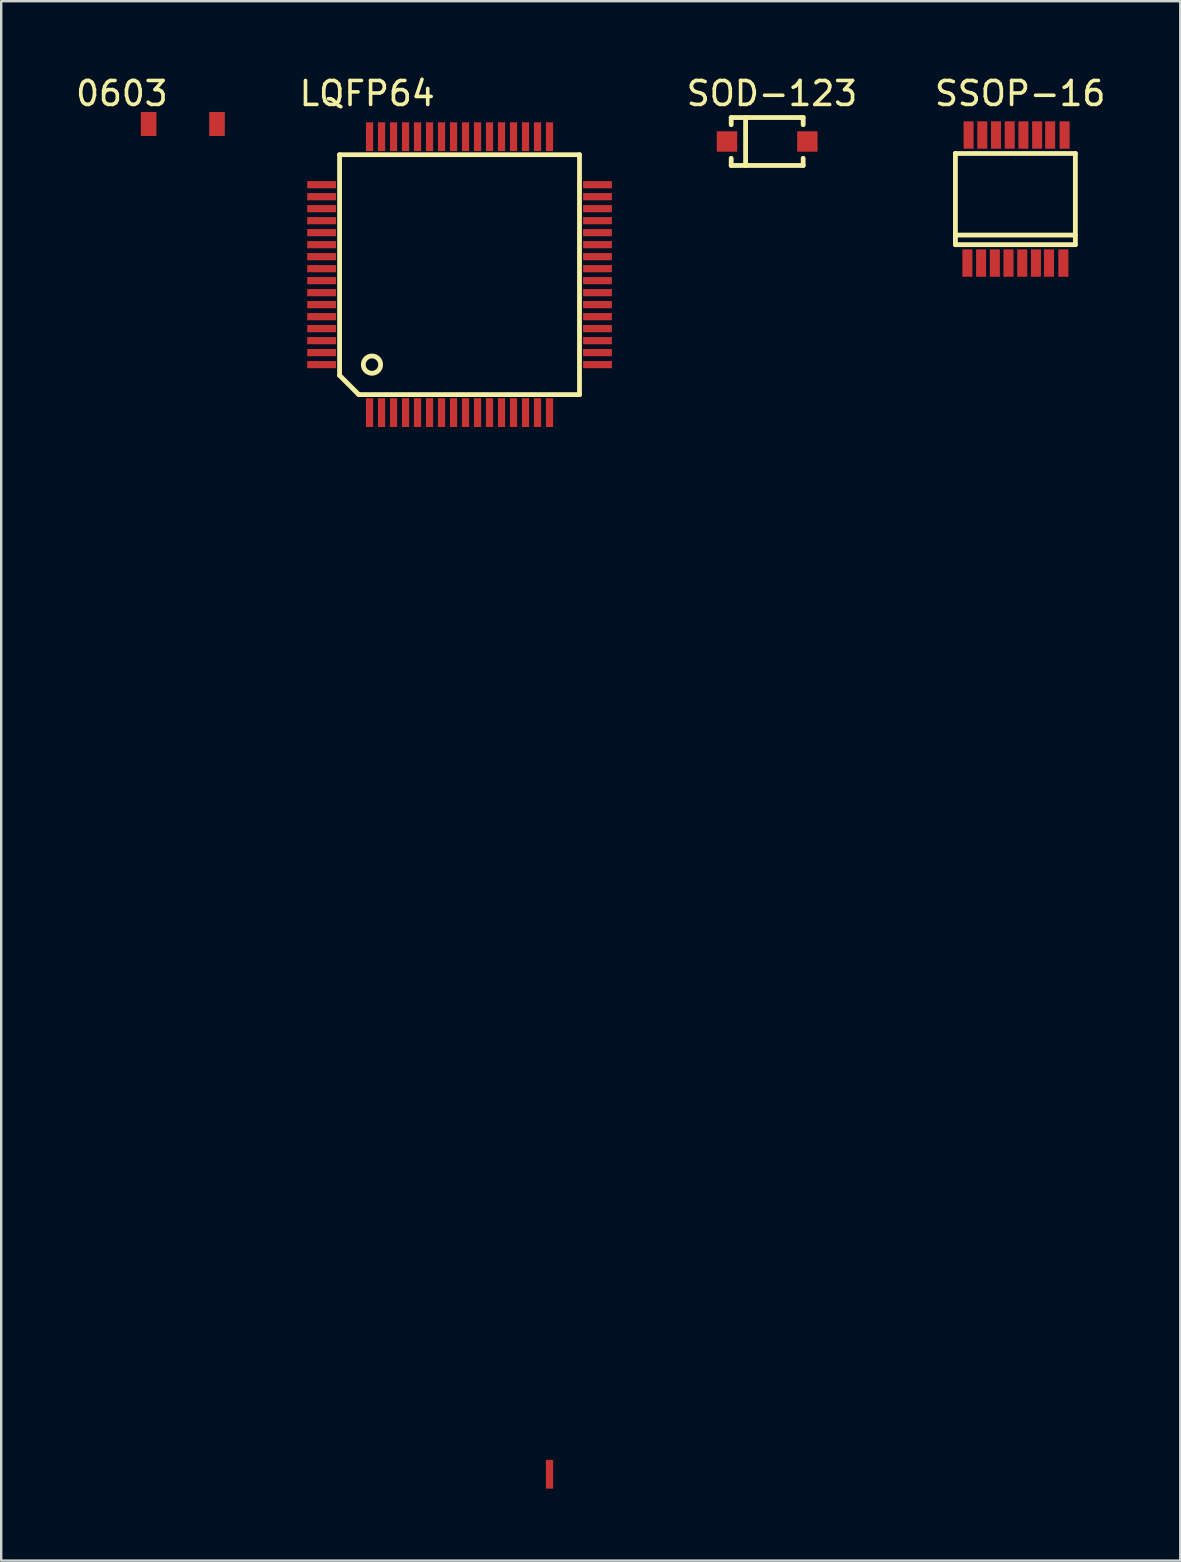
<source format=kicad_pcb>
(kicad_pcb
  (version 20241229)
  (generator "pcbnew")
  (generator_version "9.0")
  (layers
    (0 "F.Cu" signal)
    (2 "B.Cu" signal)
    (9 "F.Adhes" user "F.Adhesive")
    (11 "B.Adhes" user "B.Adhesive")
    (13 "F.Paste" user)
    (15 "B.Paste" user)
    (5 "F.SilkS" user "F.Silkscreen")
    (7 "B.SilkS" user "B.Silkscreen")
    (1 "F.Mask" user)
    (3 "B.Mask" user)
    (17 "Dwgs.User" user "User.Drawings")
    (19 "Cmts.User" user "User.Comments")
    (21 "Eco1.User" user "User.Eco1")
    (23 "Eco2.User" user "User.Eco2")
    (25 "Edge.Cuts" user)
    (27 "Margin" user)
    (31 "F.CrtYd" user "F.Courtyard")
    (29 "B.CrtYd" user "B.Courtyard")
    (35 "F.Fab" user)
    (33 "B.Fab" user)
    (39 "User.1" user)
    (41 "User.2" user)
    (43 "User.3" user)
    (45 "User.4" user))
  (footprint "SOD-123"
    (layer "F.Cu")
    (at 28.927 2.848)
    (property "Reference" "SOD-123" (at 0.2 -2 0) (layer "F.SilkS") (effects (font (size 1 1) (thickness 0.15))))
    (attr through_hole)
    (fp_line (start -1.5 -1) (end 1.4 -1) (stroke (width 0.2) (type solid)) (layer "F.SilkS"))
    (fp_line (start -1.5 -0.7) (end -1.5 -1) (stroke (width 0.2) (type solid)) (layer "F.SilkS"))
    (fp_line (start -1.5 1) (end -1.5 0.7) (stroke (width 0.2) (type solid)) (layer "F.SilkS"))
    (fp_line (start -0.9 -1) (end -0.9 1) (stroke (width 0.2) (type solid)) (layer "F.SilkS"))
    (fp_line (start 1.4 -1) (end 1.5 -1) (stroke (width 0.2) (type solid)) (layer "F.SilkS"))
    (fp_line (start 1.5 -1) (end 1.5 -0.7) (stroke (width 0.2) (type solid)) (layer "F.SilkS"))
    (fp_line (start 1.5 0.7) (end 1.5 1) (stroke (width 0.2) (type solid)) (layer "F.SilkS"))
    (fp_line (start 1.5 1) (end -1.5 1) (stroke (width 0.2) (type solid)) (layer "F.SilkS"))
    (pad "1" smd rect (at 1.675 0) (size 0.85 0.85) (layers "F.Cu" "F.Mask" "F.Paste"))
    (pad "2" smd rect (at -1.675 0) (size 0.85 0.85) (layers "F.Cu" "F.Mask" "F.Paste")))
  (footprint "SSOP-16"
    (layer "F.Cu")
    (at 39.272 5.248)
    (property "Reference" "SSOP-16" (at 0.2 -4.4 0) (layer "F.SilkS") (effects (font (size 1 1) (thickness 0.15))))
    (attr through_hole)
    (fp_line (start -2.5 -1.9) (end -2.5 -1.85) (stroke (width 0.2) (type solid)) (layer "F.SilkS"))
    (fp_line (start -2.5 -1.9) (end -2.5 1.9) (stroke (width 0.2) (type solid)) (layer "F.SilkS"))
    (fp_line (start -2.5 1.5) (end 2.5 1.5) (stroke (width 0.2) (type solid)) (layer "F.SilkS"))
    (fp_line (start -2.5 1.9) (end 2.5 1.9) (stroke (width 0.2) (type solid)) (layer "F.SilkS"))
    (fp_line (start 2.5 -1.9) (end -2.5 -1.9) (stroke (width 0.2) (type solid)) (layer "F.SilkS"))
    (fp_line (start 2.5 1.9) (end 2.5 -1.9) (stroke (width 0.2) (type solid)) (layer "F.SilkS"))
    (pad "1" smd rect (at -2 2.667 90) (size 1.143 0.419) (layers "F.Cu" "F.Mask" "F.Paste"))
    (pad "2" smd rect (at -1.429 2.667 90) (size 1.143 0.419) (layers "F.Cu" "F.Mask" "F.Paste"))
    (pad "3" smd rect (at -0.857 2.667 90) (size 1.143 0.419) (layers "F.Cu" "F.Mask" "F.Paste"))
    (pad "4" smd rect (at -0.286 2.667 90) (size 1.143 0.419) (layers "F.Cu" "F.Mask" "F.Paste"))
    (pad "5" smd rect (at 0.286 2.667 90) (size 1.143 0.419) (layers "F.Cu" "F.Mask" "F.Paste"))
    (pad "6" smd rect (at 0.857 2.667 90) (size 1.143 0.419) (layers "F.Cu" "F.Mask" "F.Paste"))
    (pad "7" smd rect (at 1.4 2.667 90) (size 1.143 0.419) (layers "F.Cu" "F.Mask" "F.Paste"))
    (pad "8" smd rect (at 2 2.667 90) (size 1.143 0.419) (layers "F.Cu" "F.Mask" "F.Paste"))
    (pad "9" smd rect (at 2.05 -2.67 90) (size 1.143 0.419) (layers "F.Cu" "F.Mask" "F.Paste"))
    (pad "10" smd rect (at 1.45 -2.67 90) (size 1.143 0.419) (layers "F.Cu" "F.Mask" "F.Paste"))
    (pad "11" smd rect (at 0.907 -2.67 90) (size 1.143 0.419) (layers "F.Cu" "F.Mask" "F.Paste"))
    (pad "12" smd rect (at 0.336 -2.67 90) (size 1.143 0.419) (layers "F.Cu" "F.Mask" "F.Paste"))
    (pad "13" smd rect (at -0.236 -2.67 90) (size 1.143 0.419) (layers "F.Cu" "F.Mask" "F.Paste"))
    (pad "14" smd rect (at -0.807 -2.67 90) (size 1.143 0.419) (layers "F.Cu" "F.Mask" "F.Paste"))
    (pad "15" smd rect (at -1.379 -2.67 90) (size 1.143 0.419) (layers "F.Cu" "F.Mask" "F.Paste"))
    (pad "16" smd rect (at -1.95 -2.67 90) (size 1.143 0.419) (layers "F.Cu" "F.Mask" "F.Paste")))
  (footprint "0603"
    (layer "F.Cu")
    (at 4.57 2.118)
    (property "Reference" "0603" (at -2.54 -1.27 0) (layer "F.SilkS") (effects (font (size 1 1) (thickness 0.15))))
    (attr through_hole)
    (pad "1" smd rect (at -1.425 0) (size 0.65 1) (layers "F.Cu" "F.Mask" "F.Paste"))
    (pad "2" smd rect (at 1.425 0) (size 0.65 1) (layers "F.Cu" "F.Mask" "F.Paste")))
  (footprint "LQFP64"
    (layer "F.Cu")
    (at 16.104 8.398)
    (property "Reference" "LQFP64" (at -3.85 -7.55 0) (layer "F.SilkS") (effects (font (size 1 1) (thickness 0.15))))
    (attr through_hole)
    (fp_line (start -5 -5) (end -5 4.2) (stroke (width 0.2) (type solid)) (layer "F.SilkS"))
    (fp_line (start -5 4.2) (end -4.2 5) (stroke (width 0.2) (type solid)) (layer "F.SilkS"))
    (fp_line (start -4.2 5) (end 5 5) (stroke (width 0.2) (type solid)) (layer "F.SilkS"))
    (fp_line (start 5 -5) (end -5 -5) (stroke (width 0.2) (type solid)) (layer "F.SilkS"))
    (fp_line (start 5 5) (end 5 -5) (stroke (width 0.2) (type solid)) (layer "F.SilkS"))
    (fp_circle (center -3.65 3.75) (end -3.35 3.95) (stroke (width 0.2) (type solid)) (fill no) (layer "F.SilkS"))
    (pad "1" smd rect (at -3.75 5.75 90) (size 1.2 0.3) (layers "F.Cu" "F.Mask" "F.Paste"))
    (pad "1" smd rect (at 3.75 50 90) (size 1.2 0.3) (layers "F.Cu" "F.Mask" "F.Paste"))
    (pad "2" smd rect (at -3.25 5.75 90) (size 1.2 0.3) (layers "F.Cu" "F.Mask" "F.Paste"))
    (pad "3" smd rect (at -2.75 5.75 90) (size 1.2 0.3) (layers "F.Cu" "F.Mask" "F.Paste"))
    (pad "4" smd rect (at -2.25 5.75 90) (size 1.2 0.3) (layers "F.Cu" "F.Mask" "F.Paste"))
    (pad "5" smd rect (at -1.75 5.75 90) (size 1.2 0.3) (layers "F.Cu" "F.Mask" "F.Paste"))
    (pad "6" smd rect (at -1.25 5.75 90) (size 1.2 0.3) (layers "F.Cu" "F.Mask" "F.Paste"))
    (pad "7" smd rect (at -0.75 5.75 90) (size 1.2 0.3) (layers "F.Cu" "F.Mask" "F.Paste"))
    (pad "8" smd rect (at -0.25 5.75 90) (size 1.2 0.3) (layers "F.Cu" "F.Mask" "F.Paste"))
    (pad "9" smd rect (at 0.25 5.75 90) (size 1.2 0.3) (layers "F.Cu" "F.Mask" "F.Paste"))
    (pad "10" smd rect (at 0.75 5.75 90) (size 1.2 0.3) (layers "F.Cu" "F.Mask" "F.Paste"))
    (pad "11" smd rect (at 1.25 5.75 90) (size 1.2 0.3) (layers "F.Cu" "F.Mask" "F.Paste"))
    (pad "12" smd rect (at 1.75 5.75 90) (size 1.2 0.3) (layers "F.Cu" "F.Mask" "F.Paste"))
    (pad "13" smd rect (at 2.25 5.75 90) (size 1.2 0.3) (layers "F.Cu" "F.Mask" "F.Paste"))
    (pad "14" smd rect (at 2.75 5.75 90) (size 1.2 0.3) (layers "F.Cu" "F.Mask" "F.Paste"))
    (pad "15" smd rect (at 3.25 5.75 90) (size 1.2 0.3) (layers "F.Cu" "F.Mask" "F.Paste"))
    (pad "16" smd rect (at 3.75 5.75 90) (size 1.2 0.3) (layers "F.Cu" "F.Mask" "F.Paste"))
    (pad "17" smd rect (at 5.75 3.75 180) (size 1.2 0.3) (layers "F.Cu" "F.Mask" "F.Paste"))
    (pad "18" smd rect (at 5.75 3.25 180) (size 1.2 0.3) (layers "F.Cu" "F.Mask" "F.Paste"))
    (pad "19" smd rect (at 5.75 2.75 180) (size 1.2 0.3) (layers "F.Cu" "F.Mask" "F.Paste"))
    (pad "20" smd rect (at 5.75 2.25 180) (size 1.2 0.3) (layers "F.Cu" "F.Mask" "F.Paste"))
    (pad "21" smd rect (at 5.75 1.75 180) (size 1.2 0.3) (layers "F.Cu" "F.Mask" "F.Paste"))
    (pad "22" smd rect (at 5.75 1.25 180) (size 1.2 0.3) (layers "F.Cu" "F.Mask" "F.Paste"))
    (pad "23" smd rect (at 5.75 0.75 180) (size 1.2 0.3) (layers "F.Cu" "F.Mask" "F.Paste"))
    (pad "24" smd rect (at 5.75 0.25 180) (size 1.2 0.3) (layers "F.Cu" "F.Mask" "F.Paste"))
    (pad "25" smd rect (at 5.75 -0.25 180) (size 1.2 0.3) (layers "F.Cu" "F.Mask" "F.Paste"))
    (pad "26" smd rect (at 5.75 -0.75 180) (size 1.2 0.3) (layers "F.Cu" "F.Mask" "F.Paste"))
    (pad "27" smd rect (at 5.75 -1.25 180) (size 1.2 0.3) (layers "F.Cu" "F.Mask" "F.Paste"))
    (pad "28" smd rect (at 5.75 -1.75 180) (size 1.2 0.3) (layers "F.Cu" "F.Mask" "F.Paste"))
    (pad "29" smd rect (at 5.75 -2.25 180) (size 1.2 0.3) (layers "F.Cu" "F.Mask" "F.Paste"))
    (pad "30" smd rect (at 5.75 -2.75 180) (size 1.2 0.3) (layers "F.Cu" "F.Mask" "F.Paste"))
    (pad "31" smd rect (at 5.75 -3.25 180) (size 1.2 0.3) (layers "F.Cu" "F.Mask" "F.Paste"))
    (pad "32" smd rect (at 5.75 -3.75 180) (size 1.2 0.3) (layers "F.Cu" "F.Mask" "F.Paste"))
    (pad "33" smd rect (at 3.75 -5.75 270) (size 1.2 0.3) (layers "F.Cu" "F.Mask" "F.Paste"))
    (pad "34" smd rect (at 3.25 -5.75 270) (size 1.2 0.3) (layers "F.Cu" "F.Mask" "F.Paste"))
    (pad "35" smd rect (at 2.75 -5.75 270) (size 1.2 0.3) (layers "F.Cu" "F.Mask" "F.Paste"))
    (pad "36" smd rect (at 2.25 -5.75 270) (size 1.2 0.3) (layers "F.Cu" "F.Mask" "F.Paste"))
    (pad "37" smd rect (at 1.75 -5.75 270) (size 1.2 0.3) (layers "F.Cu" "F.Mask" "F.Paste"))
    (pad "38" smd rect (at 1.25 -5.75 270) (size 1.2 0.3) (layers "F.Cu" "F.Mask" "F.Paste"))
    (pad "39" smd rect (at 0.75 -5.75 270) (size 1.2 0.3) (layers "F.Cu" "F.Mask" "F.Paste"))
    (pad "40" smd rect (at 0.25 -5.75 270) (size 1.2 0.3) (layers "F.Cu" "F.Mask" "F.Paste"))
    (pad "41" smd rect (at -0.25 -5.75 270) (size 1.2 0.3) (layers "F.Cu" "F.Mask" "F.Paste"))
    (pad "42" smd rect (at -0.75 -5.75 270) (size 1.2 0.3) (layers "F.Cu" "F.Mask" "F.Paste"))
    (pad "43" smd rect (at -1.25 -5.75 270) (size 1.2 0.3) (layers "F.Cu" "F.Mask" "F.Paste"))
    (pad "44" smd rect (at -1.75 -5.75 270) (size 1.2 0.3) (layers "F.Cu" "F.Mask" "F.Paste"))
    (pad "45" smd rect (at -2.25 -5.75 270) (size 1.2 0.3) (layers "F.Cu" "F.Mask" "F.Paste"))
    (pad "46" smd rect (at -2.75 -5.75 270) (size 1.2 0.3) (layers "F.Cu" "F.Mask" "F.Paste"))
    (pad "47" smd rect (at -3.25 -5.75 270) (size 1.2 0.3) (layers "F.Cu" "F.Mask" "F.Paste"))
    (pad "48" smd rect (at -3.75 -5.75 270) (size 1.2 0.3) (layers "F.Cu" "F.Mask" "F.Paste"))
    (pad "49" smd rect (at -5.75 -3.75) (size 1.2 0.3) (layers "F.Cu" "F.Mask" "F.Paste"))
    (pad "50" smd rect (at -5.75 -3.25) (size 1.2 0.3) (layers "F.Cu" "F.Mask" "F.Paste"))
    (pad "51" smd rect (at -5.75 -2.75) (size 1.2 0.3) (layers "F.Cu" "F.Mask" "F.Paste"))
    (pad "52" smd rect (at -5.75 -2.25) (size 1.2 0.3) (layers "F.Cu" "F.Mask" "F.Paste"))
    (pad "53" smd rect (at -5.75 -1.75) (size 1.2 0.3) (layers "F.Cu" "F.Mask" "F.Paste"))
    (pad "54" smd rect (at -5.75 -1.25) (size 1.2 0.3) (layers "F.Cu" "F.Mask" "F.Paste"))
    (pad "55" smd rect (at -5.75 -0.75) (size 1.2 0.3) (layers "F.Cu" "F.Mask" "F.Paste"))
    (pad "56" smd rect (at -5.75 -0.25) (size 1.2 0.3) (layers "F.Cu" "F.Mask" "F.Paste"))
    (pad "57" smd rect (at -5.75 0.25) (size 1.2 0.3) (layers "F.Cu" "F.Mask" "F.Paste"))
    (pad "58" smd rect (at -5.75 0.75) (size 1.2 0.3) (layers "F.Cu" "F.Mask" "F.Paste"))
    (pad "59" smd rect (at -5.75 1.25) (size 1.2 0.3) (layers "F.Cu" "F.Mask" "F.Paste"))
    (pad "60" smd rect (at -5.75 1.75) (size 1.2 0.3) (layers "F.Cu" "F.Mask" "F.Paste"))
    (pad "61" smd rect (at -5.75 2.25) (size 1.2 0.3) (layers "F.Cu" "F.Mask" "F.Paste"))
    (pad "62" smd rect (at -5.75 2.75) (size 1.2 0.3) (layers "F.Cu" "F.Mask" "F.Paste"))
    (pad "63" smd rect (at -5.75 3.25) (size 1.2 0.3) (layers "F.Cu" "F.Mask" "F.Paste"))
    (pad "64" smd rect (at -5.75 3.75) (size 1.2 0.3) (layers "F.Cu" "F.Mask" "F.Paste")))
  (gr_rect
    (start -3 -3)
    (end 46.145 61.998)
    (stroke (width 0.1) (type default))
    (fill no)
    (layer "Edge.Cuts")))
</source>
